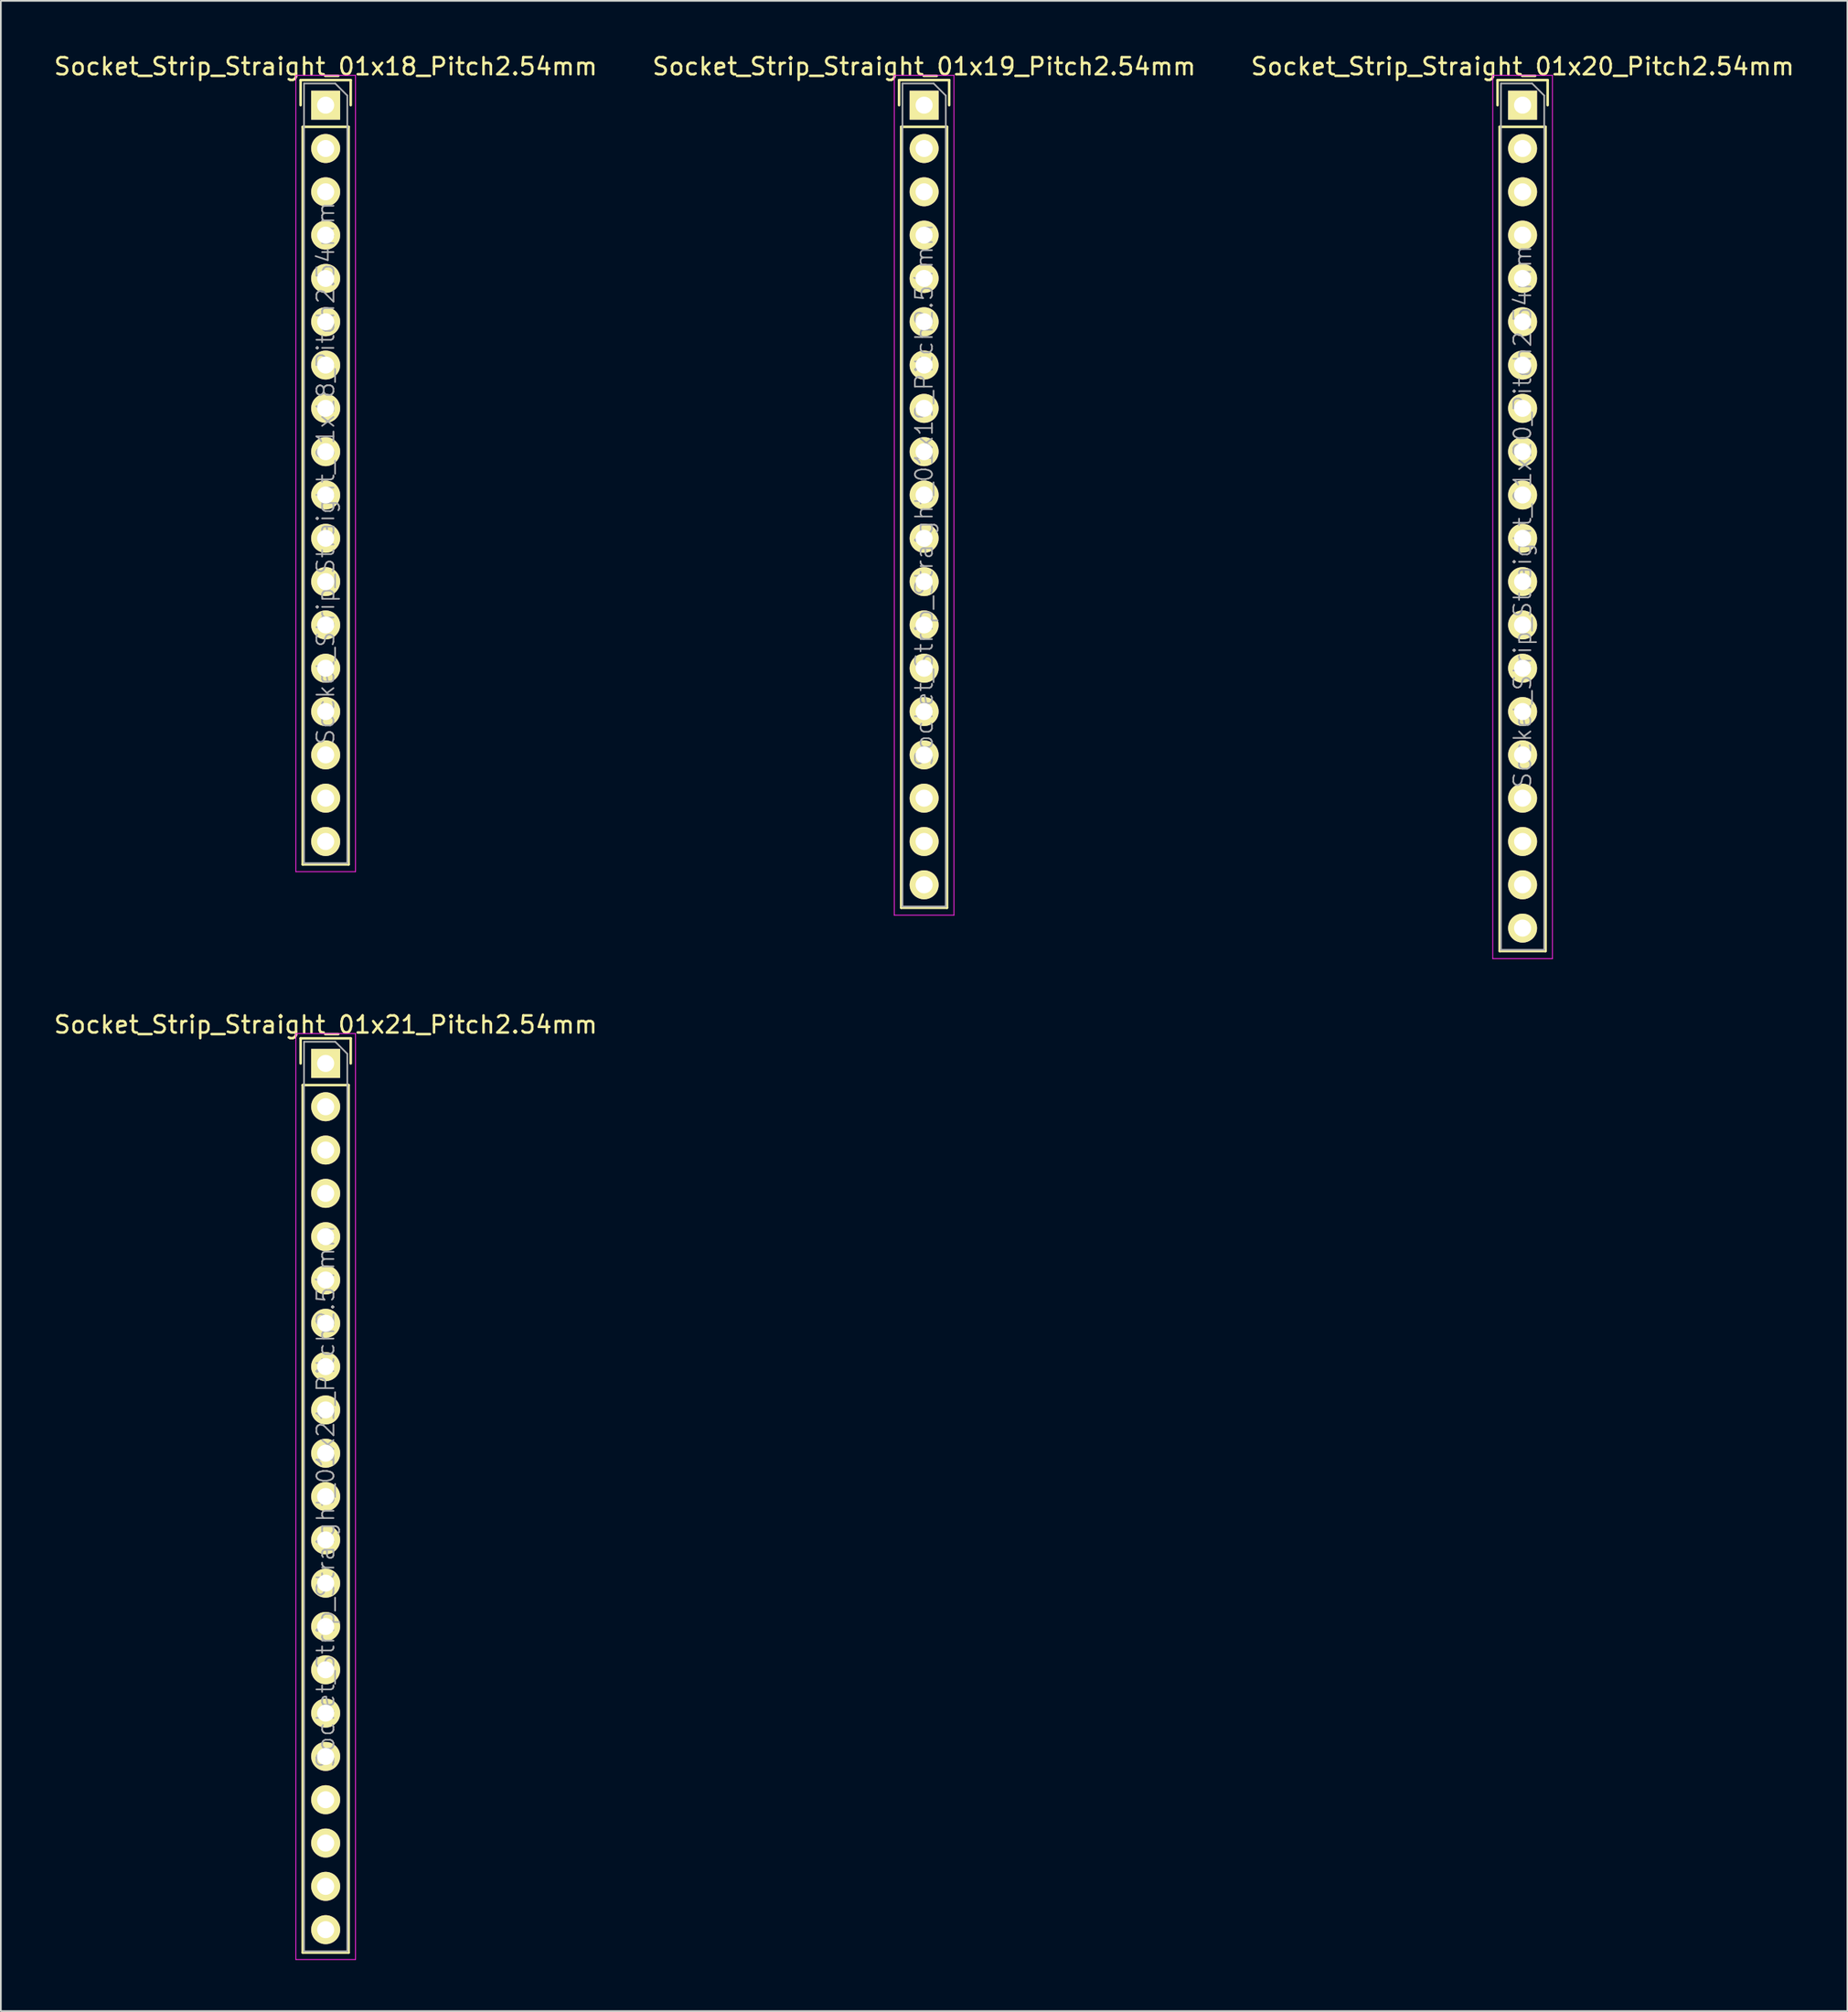
<source format=kicad_pcb>
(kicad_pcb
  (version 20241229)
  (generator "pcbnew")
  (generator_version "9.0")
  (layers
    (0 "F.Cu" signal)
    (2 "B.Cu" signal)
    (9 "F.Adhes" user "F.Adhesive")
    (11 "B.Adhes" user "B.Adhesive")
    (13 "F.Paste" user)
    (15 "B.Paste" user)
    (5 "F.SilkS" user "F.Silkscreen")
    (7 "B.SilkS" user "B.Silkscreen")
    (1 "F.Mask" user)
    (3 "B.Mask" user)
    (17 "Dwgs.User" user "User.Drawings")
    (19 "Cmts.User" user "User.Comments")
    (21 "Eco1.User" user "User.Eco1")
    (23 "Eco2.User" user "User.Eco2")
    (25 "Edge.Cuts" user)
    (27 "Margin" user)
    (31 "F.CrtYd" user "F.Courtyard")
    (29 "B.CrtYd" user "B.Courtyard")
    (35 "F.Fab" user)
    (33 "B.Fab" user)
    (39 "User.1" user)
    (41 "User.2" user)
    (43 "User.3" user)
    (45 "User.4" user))
  (footprint "Socket_Strip_Straight_01x21_Pitch2.54mm"
    (layer "F.Cu")
    (at 16.054 59.312)
    (property "Reference" "Socket_Strip_Straight_01x21_Pitch2.54mm" (at 0 -2.27 0) (layer "F.SilkS") (effects (font (size 1 1) (thickness 0.15))))
    (attr smd)
    (fp_line (start -1.47 -1.47) (end -1.47 0) (stroke (width 0.15) (type solid)) (layer "F.SilkS"))
    (fp_line (start -1.47 -1.47) (end 1.47 -1.47) (stroke (width 0.15) (type solid)) (layer "F.SilkS"))
    (fp_line (start -1.345 1.27) (end -1.345 52.145) (stroke (width 0.15) (type solid)) (layer "F.SilkS"))
    (fp_line (start -1.345 1.27) (end 1.345 1.27) (stroke (width 0.15) (type solid)) (layer "F.SilkS"))
    (fp_line (start -1.345 52.145) (end 1.345 52.145) (stroke (width 0.15) (type solid)) (layer "F.SilkS"))
    (fp_line (start 1.345 1.27) (end 1.345 52.145) (stroke (width 0.15) (type solid)) (layer "F.SilkS"))
    (fp_line (start 1.47 -1.47) (end 1.47 0) (stroke (width 0.15) (type solid)) (layer "F.SilkS"))
    (fp_line (start -1.75 -1.75) (end -1.75 52.55) (stroke (width 0.05) (type solid)) (layer "F.CrtYd"))
    (fp_line (start 1.75 -1.75) (end -1.75 -1.75) (stroke (width 0.05) (type solid)) (layer "F.CrtYd"))
    (fp_line (start 1.75 -1.75) (end 1.75 52.55) (stroke (width 0.05) (type solid)) (layer "F.CrtYd"))
    (fp_line (start 1.75 52.55) (end -1.75 52.55) (stroke (width 0.05) (type solid)) (layer "F.CrtYd"))
    (fp_line (start -1.27 -1.27) (end 0.563 -1.27) (stroke (width 0.1) (type solid)) (layer "F.Fab"))
    (fp_line (start -1.27 52.07) (end -1.27 -1.27) (stroke (width 0.1) (type solid)) (layer "F.Fab"))
    (fp_line (start -1.27 52.07) (end 1.27 52.07) (stroke (width 0.1) (type solid)) (layer "F.Fab"))
    (fp_line (start 1.27 -0.563) (end 0.563 -1.27) (stroke (width 0.1) (type solid)) (layer "F.Fab"))
    (fp_line (start 1.27 52.07) (end 1.27 -0.563) (stroke (width 0.1) (type solid)) (layer "F.Fab"))
    (fp_text user "${REFERENCE}" (at 0 25.4 90) (layer "F.Fab") (effects (font (size 1 1) (thickness 0.1))))
    (pad "1" thru_hole rect (at 0 0) (size 1.7 1.7) (drill 1) (layers "*.Cu" "*.Mask" "F.SilkS"))
    (pad "2" thru_hole oval (at 0 2.54) (size 1.7 1.7) (drill 1) (layers "*.Cu" "*.Mask" "F.SilkS"))
    (pad "3" thru_hole oval (at 0 5.08) (size 1.7 1.7) (drill 1) (layers "*.Cu" "*.Mask" "F.SilkS"))
    (pad "4" thru_hole oval (at 0 7.62) (size 1.7 1.7) (drill 1) (layers "*.Cu" "*.Mask" "F.SilkS"))
    (pad "5" thru_hole oval (at 0 10.16) (size 1.7 1.7) (drill 1) (layers "*.Cu" "*.Mask" "F.SilkS"))
    (pad "6" thru_hole oval (at 0 12.7) (size 1.7 1.7) (drill 1) (layers "*.Cu" "*.Mask" "F.SilkS"))
    (pad "7" thru_hole oval (at 0 15.24) (size 1.7 1.7) (drill 1) (layers "*.Cu" "*.Mask" "F.SilkS"))
    (pad "8" thru_hole oval (at 0 17.78) (size 1.7 1.7) (drill 1) (layers "*.Cu" "*.Mask" "F.SilkS"))
    (pad "9" thru_hole oval (at 0 20.32) (size 1.7 1.7) (drill 1) (layers "*.Cu" "*.Mask" "F.SilkS"))
    (pad "10" thru_hole oval (at 0 22.86) (size 1.7 1.7) (drill 1) (layers "*.Cu" "*.Mask" "F.SilkS"))
    (pad "11" thru_hole oval (at 0 25.4) (size 1.7 1.7) (drill 1) (layers "*.Cu" "*.Mask" "F.SilkS"))
    (pad "12" thru_hole oval (at 0 27.94) (size 1.7 1.7) (drill 1) (layers "*.Cu" "*.Mask" "F.SilkS"))
    (pad "13" thru_hole oval (at 0 30.48) (size 1.7 1.7) (drill 1) (layers "*.Cu" "*.Mask" "F.SilkS"))
    (pad "14" thru_hole oval (at 0 33.02) (size 1.7 1.7) (drill 1) (layers "*.Cu" "*.Mask" "F.SilkS"))
    (pad "15" thru_hole oval (at 0 35.56) (size 1.7 1.7) (drill 1) (layers "*.Cu" "*.Mask" "F.SilkS"))
    (pad "16" thru_hole oval (at 0 38.1) (size 1.7 1.7) (drill 1) (layers "*.Cu" "*.Mask" "F.SilkS"))
    (pad "17" thru_hole oval (at 0 40.64) (size 1.7 1.7) (drill 1) (layers "*.Cu" "*.Mask" "F.SilkS"))
    (pad "18" thru_hole oval (at 0 43.18) (size 1.7 1.7) (drill 1) (layers "*.Cu" "*.Mask" "F.SilkS"))
    (pad "19" thru_hole oval (at 0 45.72) (size 1.7 1.7) (drill 1) (layers "*.Cu" "*.Mask" "F.SilkS"))
    (pad "20" thru_hole oval (at 0 48.26) (size 1.7 1.7) (drill 1) (layers "*.Cu" "*.Mask" "F.SilkS"))
    (pad "21" thru_hole oval (at 0 50.8) (size 1.7 1.7) (drill 1) (layers "*.Cu" "*.Mask" "F.SilkS")))
  (footprint "Socket_Strip_Straight_01x18_Pitch2.54mm"
    (layer "F.Cu")
    (at 16.054 3.118)
    (property "Reference" "Socket_Strip_Straight_01x18_Pitch2.54mm" (at 0 -2.27 0) (layer "F.SilkS") (effects (font (size 1 1) (thickness 0.15))))
    (attr smd)
    (fp_line (start -1.47 -1.47) (end -1.47 0) (stroke (width 0.15) (type solid)) (layer "F.SilkS"))
    (fp_line (start -1.47 -1.47) (end 1.47 -1.47) (stroke (width 0.15) (type solid)) (layer "F.SilkS"))
    (fp_line (start -1.345 1.27) (end -1.345 44.525) (stroke (width 0.15) (type solid)) (layer "F.SilkS"))
    (fp_line (start -1.345 1.27) (end 1.345 1.27) (stroke (width 0.15) (type solid)) (layer "F.SilkS"))
    (fp_line (start -1.345 44.525) (end 1.345 44.525) (stroke (width 0.15) (type solid)) (layer "F.SilkS"))
    (fp_line (start 1.345 1.27) (end 1.345 44.525) (stroke (width 0.15) (type solid)) (layer "F.SilkS"))
    (fp_line (start 1.47 -1.47) (end 1.47 0) (stroke (width 0.15) (type solid)) (layer "F.SilkS"))
    (fp_line (start -1.75 -1.75) (end -1.75 44.95) (stroke (width 0.05) (type solid)) (layer "F.CrtYd"))
    (fp_line (start 1.75 -1.75) (end -1.75 -1.75) (stroke (width 0.05) (type solid)) (layer "F.CrtYd"))
    (fp_line (start 1.75 -1.75) (end 1.75 44.95) (stroke (width 0.05) (type solid)) (layer "F.CrtYd"))
    (fp_line (start 1.75 44.95) (end -1.75 44.95) (stroke (width 0.05) (type solid)) (layer "F.CrtYd"))
    (fp_line (start -1.27 -1.27) (end 0.563 -1.27) (stroke (width 0.1) (type solid)) (layer "F.Fab"))
    (fp_line (start -1.27 44.45) (end -1.27 -1.27) (stroke (width 0.1) (type solid)) (layer "F.Fab"))
    (fp_line (start -1.27 44.45) (end 1.27 44.45) (stroke (width 0.1) (type solid)) (layer "F.Fab"))
    (fp_line (start 1.27 -0.563) (end 0.563 -1.27) (stroke (width 0.1) (type solid)) (layer "F.Fab"))
    (fp_line (start 1.27 44.45) (end 1.27 -0.563) (stroke (width 0.1) (type solid)) (layer "F.Fab"))
    (fp_text user "${REFERENCE}" (at 0 21.59 90) (layer "F.Fab") (effects (font (size 1 1) (thickness 0.1))))
    (pad "1" thru_hole rect (at 0 0) (size 1.7 1.7) (drill 1) (layers "*.Cu" "*.Mask" "F.SilkS"))
    (pad "2" thru_hole oval (at 0 2.54) (size 1.7 1.7) (drill 1) (layers "*.Cu" "*.Mask" "F.SilkS"))
    (pad "3" thru_hole oval (at 0 5.08) (size 1.7 1.7) (drill 1) (layers "*.Cu" "*.Mask" "F.SilkS"))
    (pad "4" thru_hole oval (at 0 7.62) (size 1.7 1.7) (drill 1) (layers "*.Cu" "*.Mask" "F.SilkS"))
    (pad "5" thru_hole oval (at 0 10.16) (size 1.7 1.7) (drill 1) (layers "*.Cu" "*.Mask" "F.SilkS"))
    (pad "6" thru_hole oval (at 0 12.7) (size 1.7 1.7) (drill 1) (layers "*.Cu" "*.Mask" "F.SilkS"))
    (pad "7" thru_hole oval (at 0 15.24) (size 1.7 1.7) (drill 1) (layers "*.Cu" "*.Mask" "F.SilkS"))
    (pad "8" thru_hole oval (at 0 17.78) (size 1.7 1.7) (drill 1) (layers "*.Cu" "*.Mask" "F.SilkS"))
    (pad "9" thru_hole oval (at 0 20.32) (size 1.7 1.7) (drill 1) (layers "*.Cu" "*.Mask" "F.SilkS"))
    (pad "10" thru_hole oval (at 0 22.86) (size 1.7 1.7) (drill 1) (layers "*.Cu" "*.Mask" "F.SilkS"))
    (pad "11" thru_hole oval (at 0 25.4) (size 1.7 1.7) (drill 1) (layers "*.Cu" "*.Mask" "F.SilkS"))
    (pad "12" thru_hole oval (at 0 27.94) (size 1.7 1.7) (drill 1) (layers "*.Cu" "*.Mask" "F.SilkS"))
    (pad "13" thru_hole oval (at 0 30.48) (size 1.7 1.7) (drill 1) (layers "*.Cu" "*.Mask" "F.SilkS"))
    (pad "14" thru_hole oval (at 0 33.02) (size 1.7 1.7) (drill 1) (layers "*.Cu" "*.Mask" "F.SilkS"))
    (pad "15" thru_hole oval (at 0 35.56) (size 1.7 1.7) (drill 1) (layers "*.Cu" "*.Mask" "F.SilkS"))
    (pad "16" thru_hole oval (at 0 38.1) (size 1.7 1.7) (drill 1) (layers "*.Cu" "*.Mask" "F.SilkS"))
    (pad "17" thru_hole oval (at 0 40.64) (size 1.7 1.7) (drill 1) (layers "*.Cu" "*.Mask" "F.SilkS"))
    (pad "18" thru_hole oval (at 0 43.18) (size 1.7 1.7) (drill 1) (layers "*.Cu" "*.Mask" "F.SilkS")))
  (footprint "Socket_Strip_Straight_01x20_Pitch2.54mm"
    (layer "F.Cu")
    (at 86.268 3.118)
    (property "Reference" "Socket_Strip_Straight_01x20_Pitch2.54mm" (at 0 -2.27 0) (layer "F.SilkS") (effects (font (size 1 1) (thickness 0.15))))
    (attr smd)
    (fp_line (start -1.47 -1.47) (end -1.47 0) (stroke (width 0.15) (type solid)) (layer "F.SilkS"))
    (fp_line (start -1.47 -1.47) (end 1.47 -1.47) (stroke (width 0.15) (type solid)) (layer "F.SilkS"))
    (fp_line (start -1.345 1.27) (end -1.345 49.605) (stroke (width 0.15) (type solid)) (layer "F.SilkS"))
    (fp_line (start -1.345 1.27) (end 1.345 1.27) (stroke (width 0.15) (type solid)) (layer "F.SilkS"))
    (fp_line (start -1.345 49.605) (end 1.345 49.605) (stroke (width 0.15) (type solid)) (layer "F.SilkS"))
    (fp_line (start 1.345 1.27) (end 1.345 49.605) (stroke (width 0.15) (type solid)) (layer "F.SilkS"))
    (fp_line (start 1.47 -1.47) (end 1.47 0) (stroke (width 0.15) (type solid)) (layer "F.SilkS"))
    (fp_line (start -1.75 -1.75) (end -1.75 50.05) (stroke (width 0.05) (type solid)) (layer "F.CrtYd"))
    (fp_line (start 1.75 -1.75) (end -1.75 -1.75) (stroke (width 0.05) (type solid)) (layer "F.CrtYd"))
    (fp_line (start 1.75 -1.75) (end 1.75 50.05) (stroke (width 0.05) (type solid)) (layer "F.CrtYd"))
    (fp_line (start 1.75 50.05) (end -1.75 50.05) (stroke (width 0.05) (type solid)) (layer "F.CrtYd"))
    (fp_line (start -1.27 -1.27) (end 0.563 -1.27) (stroke (width 0.1) (type solid)) (layer "F.Fab"))
    (fp_line (start -1.27 49.53) (end -1.27 -1.27) (stroke (width 0.1) (type solid)) (layer "F.Fab"))
    (fp_line (start -1.27 49.53) (end 1.27 49.53) (stroke (width 0.1) (type solid)) (layer "F.Fab"))
    (fp_line (start 1.27 -0.563) (end 0.563 -1.27) (stroke (width 0.1) (type solid)) (layer "F.Fab"))
    (fp_line (start 1.27 49.53) (end 1.27 -0.563) (stroke (width 0.1) (type solid)) (layer "F.Fab"))
    (fp_text user "${REFERENCE}" (at 0 24.13 90) (layer "F.Fab") (effects (font (size 1 1) (thickness 0.1))))
    (pad "1" thru_hole rect (at 0 0) (size 1.7 1.7) (drill 1) (layers "*.Cu" "*.Mask" "F.SilkS"))
    (pad "2" thru_hole oval (at 0 2.54) (size 1.7 1.7) (drill 1) (layers "*.Cu" "*.Mask" "F.SilkS"))
    (pad "3" thru_hole oval (at 0 5.08) (size 1.7 1.7) (drill 1) (layers "*.Cu" "*.Mask" "F.SilkS"))
    (pad "4" thru_hole oval (at 0 7.62) (size 1.7 1.7) (drill 1) (layers "*.Cu" "*.Mask" "F.SilkS"))
    (pad "5" thru_hole oval (at 0 10.16) (size 1.7 1.7) (drill 1) (layers "*.Cu" "*.Mask" "F.SilkS"))
    (pad "6" thru_hole oval (at 0 12.7) (size 1.7 1.7) (drill 1) (layers "*.Cu" "*.Mask" "F.SilkS"))
    (pad "7" thru_hole oval (at 0 15.24) (size 1.7 1.7) (drill 1) (layers "*.Cu" "*.Mask" "F.SilkS"))
    (pad "8" thru_hole oval (at 0 17.78) (size 1.7 1.7) (drill 1) (layers "*.Cu" "*.Mask" "F.SilkS"))
    (pad "9" thru_hole oval (at 0 20.32) (size 1.7 1.7) (drill 1) (layers "*.Cu" "*.Mask" "F.SilkS"))
    (pad "10" thru_hole oval (at 0 22.86) (size 1.7 1.7) (drill 1) (layers "*.Cu" "*.Mask" "F.SilkS"))
    (pad "11" thru_hole oval (at 0 25.4) (size 1.7 1.7) (drill 1) (layers "*.Cu" "*.Mask" "F.SilkS"))
    (pad "12" thru_hole oval (at 0 27.94) (size 1.7 1.7) (drill 1) (layers "*.Cu" "*.Mask" "F.SilkS"))
    (pad "13" thru_hole oval (at 0 30.48) (size 1.7 1.7) (drill 1) (layers "*.Cu" "*.Mask" "F.SilkS"))
    (pad "14" thru_hole oval (at 0 33.02) (size 1.7 1.7) (drill 1) (layers "*.Cu" "*.Mask" "F.SilkS"))
    (pad "15" thru_hole oval (at 0 35.56) (size 1.7 1.7) (drill 1) (layers "*.Cu" "*.Mask" "F.SilkS"))
    (pad "16" thru_hole oval (at 0 38.1) (size 1.7 1.7) (drill 1) (layers "*.Cu" "*.Mask" "F.SilkS"))
    (pad "17" thru_hole oval (at 0 40.64) (size 1.7 1.7) (drill 1) (layers "*.Cu" "*.Mask" "F.SilkS"))
    (pad "18" thru_hole oval (at 0 43.18) (size 1.7 1.7) (drill 1) (layers "*.Cu" "*.Mask" "F.SilkS"))
    (pad "19" thru_hole oval (at 0 45.72) (size 1.7 1.7) (drill 1) (layers "*.Cu" "*.Mask" "F.SilkS"))
    (pad "20" thru_hole oval (at 0 48.26) (size 1.7 1.7) (drill 1) (layers "*.Cu" "*.Mask" "F.SilkS")))
  (footprint "Socket_Strip_Straight_01x19_Pitch2.54mm"
    (layer "F.Cu")
    (at 51.161 3.118)
    (property "Reference" "Socket_Strip_Straight_01x19_Pitch2.54mm" (at 0 -2.27 0) (layer "F.SilkS") (effects (font (size 1 1) (thickness 0.15))))
    (attr smd)
    (fp_line (start -1.47 -1.47) (end -1.47 0) (stroke (width 0.15) (type solid)) (layer "F.SilkS"))
    (fp_line (start -1.47 -1.47) (end 1.47 -1.47) (stroke (width 0.15) (type solid)) (layer "F.SilkS"))
    (fp_line (start -1.345 1.27) (end -1.345 47.065) (stroke (width 0.15) (type solid)) (layer "F.SilkS"))
    (fp_line (start -1.345 1.27) (end 1.345 1.27) (stroke (width 0.15) (type solid)) (layer "F.SilkS"))
    (fp_line (start -1.345 47.065) (end 1.345 47.065) (stroke (width 0.15) (type solid)) (layer "F.SilkS"))
    (fp_line (start 1.345 1.27) (end 1.345 47.065) (stroke (width 0.15) (type solid)) (layer "F.SilkS"))
    (fp_line (start 1.47 -1.47) (end 1.47 0) (stroke (width 0.15) (type solid)) (layer "F.SilkS"))
    (fp_line (start -1.75 -1.75) (end -1.75 47.5) (stroke (width 0.05) (type solid)) (layer "F.CrtYd"))
    (fp_line (start 1.75 -1.75) (end -1.75 -1.75) (stroke (width 0.05) (type solid)) (layer "F.CrtYd"))
    (fp_line (start 1.75 -1.75) (end 1.75 47.5) (stroke (width 0.05) (type solid)) (layer "F.CrtYd"))
    (fp_line (start 1.75 47.5) (end -1.75 47.5) (stroke (width 0.05) (type solid)) (layer "F.CrtYd"))
    (fp_line (start -1.27 -1.27) (end 0.563 -1.27) (stroke (width 0.1) (type solid)) (layer "F.Fab"))
    (fp_line (start -1.27 46.99) (end -1.27 -1.27) (stroke (width 0.1) (type solid)) (layer "F.Fab"))
    (fp_line (start -1.27 46.99) (end 1.27 46.99) (stroke (width 0.1) (type solid)) (layer "F.Fab"))
    (fp_line (start 1.27 -0.563) (end 0.563 -1.27) (stroke (width 0.1) (type solid)) (layer "F.Fab"))
    (fp_line (start 1.27 46.99) (end 1.27 -0.563) (stroke (width 0.1) (type solid)) (layer "F.Fab"))
    (fp_text user "${REFERENCE}" (at 0 22.86 90) (layer "F.Fab") (effects (font (size 1 1) (thickness 0.1))))
    (pad "1" thru_hole rect (at 0 0) (size 1.7 1.7) (drill 1) (layers "*.Cu" "*.Mask" "F.SilkS"))
    (pad "2" thru_hole oval (at 0 2.54) (size 1.7 1.7) (drill 1) (layers "*.Cu" "*.Mask" "F.SilkS"))
    (pad "3" thru_hole oval (at 0 5.08) (size 1.7 1.7) (drill 1) (layers "*.Cu" "*.Mask" "F.SilkS"))
    (pad "4" thru_hole oval (at 0 7.62) (size 1.7 1.7) (drill 1) (layers "*.Cu" "*.Mask" "F.SilkS"))
    (pad "5" thru_hole oval (at 0 10.16) (size 1.7 1.7) (drill 1) (layers "*.Cu" "*.Mask" "F.SilkS"))
    (pad "6" thru_hole oval (at 0 12.7) (size 1.7 1.7) (drill 1) (layers "*.Cu" "*.Mask" "F.SilkS"))
    (pad "7" thru_hole oval (at 0 15.24) (size 1.7 1.7) (drill 1) (layers "*.Cu" "*.Mask" "F.SilkS"))
    (pad "8" thru_hole oval (at 0 17.78) (size 1.7 1.7) (drill 1) (layers "*.Cu" "*.Mask" "F.SilkS"))
    (pad "9" thru_hole oval (at 0 20.32) (size 1.7 1.7) (drill 1) (layers "*.Cu" "*.Mask" "F.SilkS"))
    (pad "10" thru_hole oval (at 0 22.86) (size 1.7 1.7) (drill 1) (layers "*.Cu" "*.Mask" "F.SilkS"))
    (pad "11" thru_hole oval (at 0 25.4) (size 1.7 1.7) (drill 1) (layers "*.Cu" "*.Mask" "F.SilkS"))
    (pad "12" thru_hole oval (at 0 27.94) (size 1.7 1.7) (drill 1) (layers "*.Cu" "*.Mask" "F.SilkS"))
    (pad "13" thru_hole oval (at 0 30.48) (size 1.7 1.7) (drill 1) (layers "*.Cu" "*.Mask" "F.SilkS"))
    (pad "14" thru_hole oval (at 0 33.02) (size 1.7 1.7) (drill 1) (layers "*.Cu" "*.Mask" "F.SilkS"))
    (pad "15" thru_hole oval (at 0 35.56) (size 1.7 1.7) (drill 1) (layers "*.Cu" "*.Mask" "F.SilkS"))
    (pad "16" thru_hole oval (at 0 38.1) (size 1.7 1.7) (drill 1) (layers "*.Cu" "*.Mask" "F.SilkS"))
    (pad "17" thru_hole oval (at 0 40.64) (size 1.7 1.7) (drill 1) (layers "*.Cu" "*.Mask" "F.SilkS"))
    (pad "18" thru_hole oval (at 0 43.18) (size 1.7 1.7) (drill 1) (layers "*.Cu" "*.Mask" "F.SilkS"))
    (pad "19" thru_hole oval (at 0 45.72) (size 1.7 1.7) (drill 1) (layers "*.Cu" "*.Mask" "F.SilkS")))
  (gr_rect
    (start -3 -3)
    (end 105.321 114.886)
    (stroke (width 0.1) (type default))
    (fill no)
    (layer "Edge.Cuts")))
</source>
